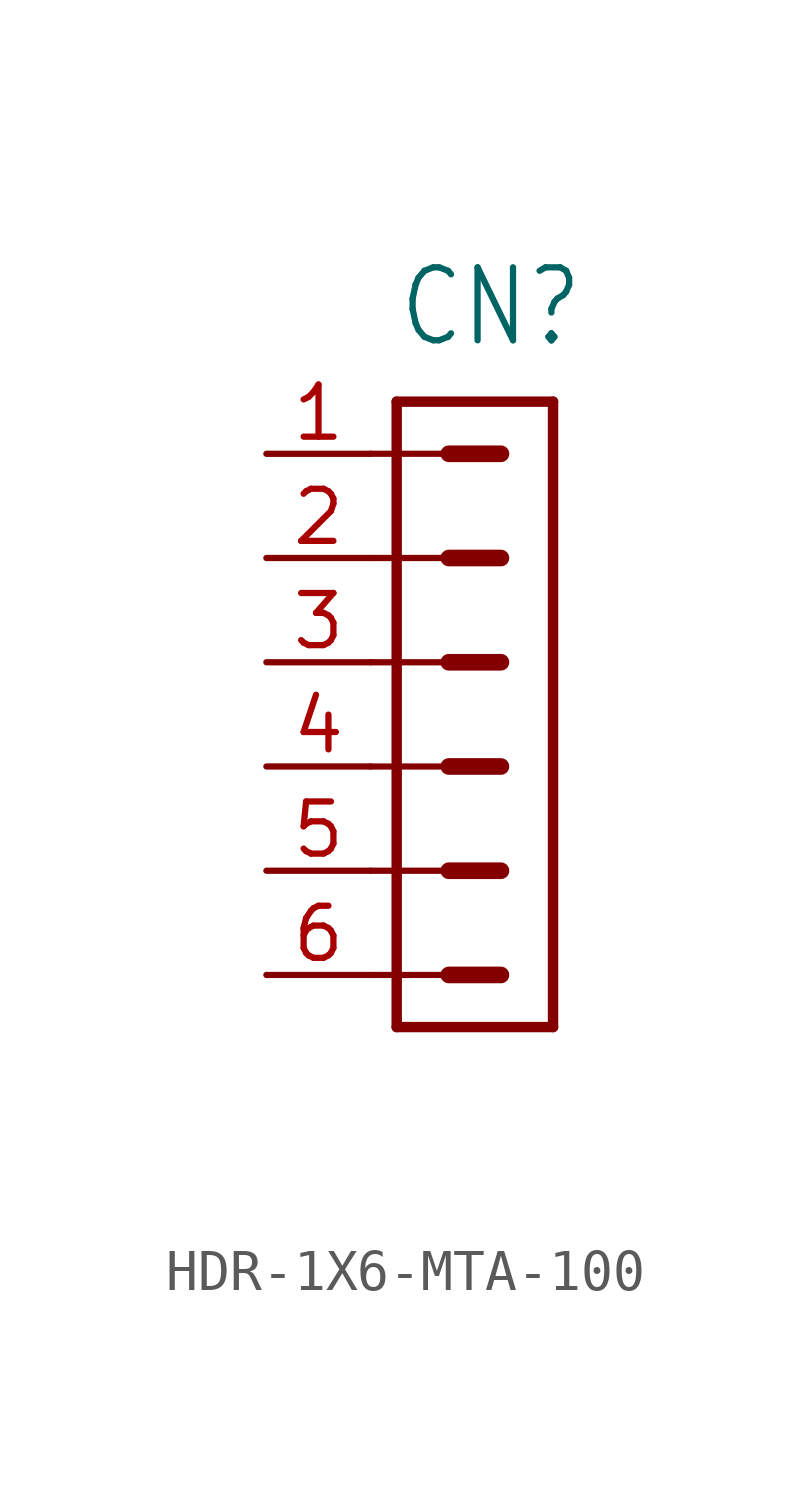
<source format=kicad_sym>
(kicad_symbol_lib
  (version 20220914)
  (generator kicad_symbol_editor)
  (symbol "HDR-1X6-MTA-100"
    (property "Reference" "CN"
      (at -1.905 7.62 0)
      (effects (font (size 1.778 1.511)) (justify left bottom)))
    (property "Value" ""
      (at -1.905 -11.748 0)
      (effects (font (size 1.778 1.511)) (justify left bottom)))
    (property "ki_locked" ""
      (at 0 0 0)
      (effects (font (size 1.27 1.27))))
    (symbol "HDR-1X6-MTA-100_1_0"
      (polyline (pts (xy -2.54 -7.62) (xy -0.635 -7.62)) (stroke (width 0.152) (type solid)) (fill (type none)))
      (polyline (pts (xy -2.54 -5.08) (xy -0.635 -5.08)) (stroke (width 0.152) (type solid)) (fill (type none)))
      (polyline (pts (xy -2.54 -2.54) (xy -0.635 -2.54)) (stroke (width 0.152) (type solid)) (fill (type none)))
      (polyline (pts (xy -2.54 0) (xy -0.635 0)) (stroke (width 0.152) (type solid)) (fill (type none)))
      (polyline (pts (xy -2.54 2.54) (xy -0.635 2.54)) (stroke (width 0.152) (type solid)) (fill (type none)))
      (polyline (pts (xy -2.54 5.08) (xy -0.635 5.08)) (stroke (width 0.152) (type solid)) (fill (type none)))
      (polyline (pts (xy -1.905 -8.89) (xy -1.905 6.35)) (stroke (width 0.254) (type solid)) (fill (type none)))
      (polyline (pts (xy -1.905 -8.89) (xy 1.905 -8.89)) (stroke (width 0.254) (type solid)) (fill (type none)))
      (polyline (pts (xy -0.635 -7.62) (xy 0.635 -7.62)) (stroke (width 0.406) (type solid)) (fill (type none)))
      (polyline (pts (xy -0.635 -5.08) (xy 0.635 -5.08)) (stroke (width 0.406) (type solid)) (fill (type none)))
      (polyline (pts (xy -0.635 -2.54) (xy 0.635 -2.54)) (stroke (width 0.406) (type solid)) (fill (type none)))
      (polyline (pts (xy -0.635 0) (xy 0.635 0)) (stroke (width 0.406) (type solid)) (fill (type none)))
      (polyline (pts (xy -0.635 2.54) (xy 0.635 2.54)) (stroke (width 0.406) (type solid)) (fill (type none)))
      (polyline (pts (xy -0.635 5.08) (xy 0.635 5.08)) (stroke (width 0.406) (type solid)) (fill (type none)))
      (polyline (pts (xy 1.905 6.35) (xy -1.905 6.35)) (stroke (width 0.254) (type solid)) (fill (type none)))
      (polyline (pts (xy 1.905 6.35) (xy 1.905 -8.89)) (stroke (width 0.254) (type solid)) (fill (type none)))
      (pin passive line (at -5.08 5.08 0) (length 2.54) (name "1" (effects (font (size 0 0)))) (number "1" (effects (font (size 1.27 1.27)))))
      (pin passive line (at -5.08 2.54 0) (length 2.54) (name "2" (effects (font (size 0 0)))) (number "2" (effects (font (size 1.27 1.27)))))
      (pin passive line (at -5.08 0 0) (length 2.54) (name "3" (effects (font (size 0 0)))) (number "3" (effects (font (size 1.27 1.27)))))
      (pin passive line (at -5.08 -2.54 0) (length 2.54) (name "4" (effects (font (size 0 0)))) (number "4" (effects (font (size 1.27 1.27)))))
      (pin passive line (at -5.08 -5.08 0) (length 2.54) (name "5" (effects (font (size 0 0)))) (number "5" (effects (font (size 1.27 1.27)))))
      (pin passive line (at -5.08 -7.62 0) (length 2.54) (name "6" (effects (font (size 0 0)))) (number "6" (effects (font (size 1.27 1.27))))))))
</source>
